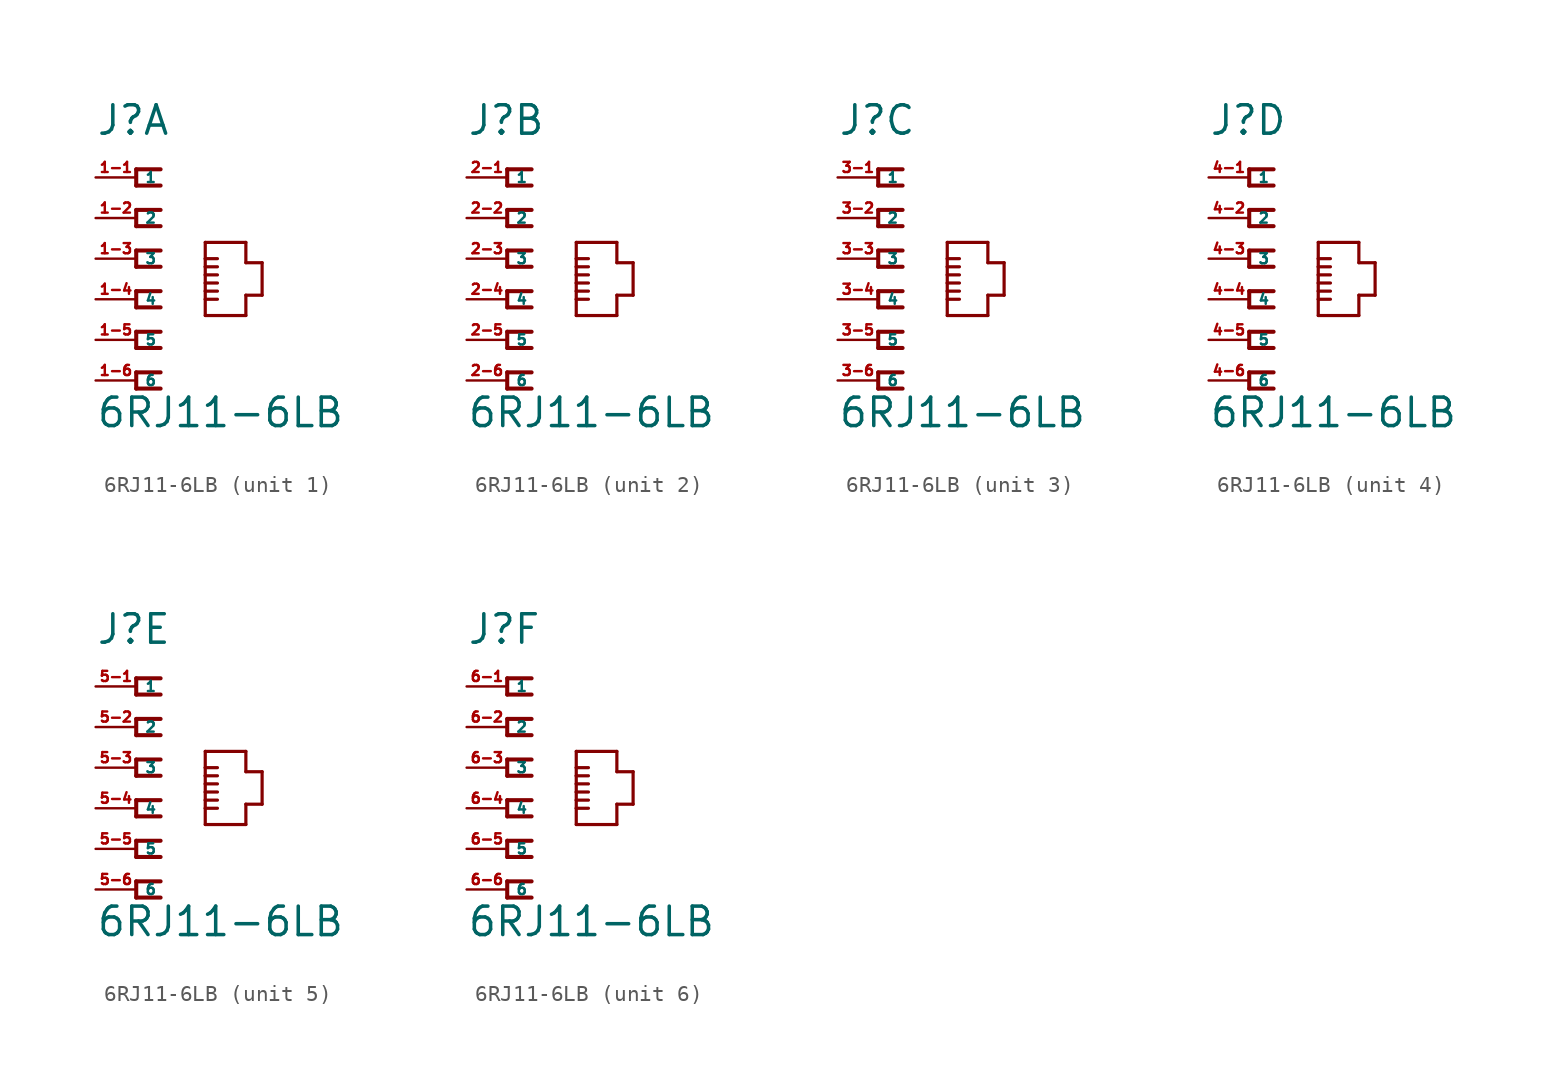
<source format=kicad_sym>
(kicad_symbol_lib
  (version 20220914)
  (generator Eagle2Kicad)
  (symbol "6RJ11-6LB"
    (property "Reference" "J"
      (at -2.54 7.62 0)
      (effects (font (size 1.778 1.778) (thickness 0.22)) (justify left bottom)))
    (property "Value" "6RJ11-6LB"
      (at -2.54 -10.668 0)
      (effects (font (size 1.778 1.778) (thickness 0.22)) (justify left bottom)))
    (symbol "6RJ11-6LB_1_0"
      (polyline (pts (xy 1.524 5.588) (xy 0 5.588)) (stroke (width 0.254) (type default)) (fill (type none)))
      (polyline (pts (xy 0 5.588) (xy 0 4.572)) (stroke (width 0.254) (type default)) (fill (type none)))
      (polyline (pts (xy 0 4.572) (xy 1.524 4.572)) (stroke (width 0.254) (type default)) (fill (type none)))
      (polyline (pts (xy 1.524 3.048) (xy 0 3.048)) (stroke (width 0.254) (type default)) (fill (type none)))
      (polyline (pts (xy 0 3.048) (xy 0 2.032)) (stroke (width 0.254) (type default)) (fill (type none)))
      (polyline (pts (xy 0 2.032) (xy 1.524 2.032)) (stroke (width 0.254) (type default)) (fill (type none)))
      (polyline (pts (xy 1.524 0.508) (xy 0 0.508)) (stroke (width 0.254) (type default)) (fill (type none)))
      (polyline (pts (xy 0 0.508) (xy 0 -0.508)) (stroke (width 0.254) (type default)) (fill (type none)))
      (polyline (pts (xy 0 -0.508) (xy 1.524 -0.508)) (stroke (width 0.254) (type default)) (fill (type none)))
      (polyline (pts (xy 1.524 -2.032) (xy 0 -2.032)) (stroke (width 0.254) (type default)) (fill (type none)))
      (polyline (pts (xy 0 -2.032) (xy 0 -3.048)) (stroke (width 0.254) (type default)) (fill (type none)))
      (polyline (pts (xy 0 -3.048) (xy 1.524 -3.048)) (stroke (width 0.254) (type default)) (fill (type none)))
      (polyline (pts (xy 1.524 -4.572) (xy 0 -4.572)) (stroke (width 0.254) (type default)) (fill (type none)))
      (polyline (pts (xy 0 -4.572) (xy 0 -5.588)) (stroke (width 0.254) (type default)) (fill (type none)))
      (polyline (pts (xy 0 -5.588) (xy 1.524 -5.588)) (stroke (width 0.254) (type default)) (fill (type none)))
      (polyline (pts (xy 1.524 -7.112) (xy 0 -7.112)) (stroke (width 0.254) (type default)) (fill (type none)))
      (polyline (pts (xy 0 -7.112) (xy 0 -8.128)) (stroke (width 0.254) (type default)) (fill (type none)))
      (polyline (pts (xy 0 -8.128) (xy 1.524 -8.128)) (stroke (width 0.254) (type default)) (fill (type none)))
      (polyline (pts (xy 4.318 -3.556) (xy 6.858 -3.556)) (stroke (width 0.2) (type default)) (fill (type none)))
      (polyline (pts (xy 6.858 -3.556) (xy 6.858 -2.286)) (stroke (width 0.2) (type default)) (fill (type none)))
      (polyline (pts (xy 6.858 -2.286) (xy 7.874 -2.286)) (stroke (width 0.2) (type default)) (fill (type none)))
      (polyline (pts (xy 7.874 -2.286) (xy 7.874 -0.254)) (stroke (width 0.2) (type default)) (fill (type none)))
      (polyline (pts (xy 7.874 -0.254) (xy 6.858 -0.254)) (stroke (width 0.2) (type default)) (fill (type none)))
      (polyline (pts (xy 6.858 -0.254) (xy 6.858 1.016)) (stroke (width 0.2) (type default)) (fill (type none)))
      (polyline (pts (xy 6.858 1.016) (xy 4.318 1.016)) (stroke (width 0.2) (type default)) (fill (type none)))
      (polyline (pts (xy 4.318 1.016) (xy 4.318 0)) (stroke (width 0.2) (type default)) (fill (type none)))
      (polyline (pts (xy 4.318 0) (xy 4.318 -0.508)) (stroke (width 0.2) (type default)) (fill (type none)))
      (polyline (pts (xy 4.318 -0.508) (xy 4.318 -1.016)) (stroke (width 0.2) (type default)) (fill (type none)))
      (polyline (pts (xy 4.318 -1.016) (xy 4.318 -1.524)) (stroke (width 0.2) (type default)) (fill (type none)))
      (polyline (pts (xy 4.318 -1.524) (xy 4.318 -2.032)) (stroke (width 0.2) (type default)) (fill (type none)))
      (polyline (pts (xy 4.318 -2.032) (xy 4.318 -2.54)) (stroke (width 0.2) (type default)) (fill (type none)))
      (polyline (pts (xy 4.318 -2.54) (xy 4.318 -3.556)) (stroke (width 0.2) (type default)) (fill (type none)))
      (polyline (pts (xy 4.318 0) (xy 5.08 0)) (stroke (width 0.2) (type default)) (fill (type none)))
      (polyline (pts (xy 4.318 -0.508) (xy 5.08 -0.508)) (stroke (width 0.2) (type default)) (fill (type none)))
      (polyline (pts (xy 4.318 -1.016) (xy 5.08 -1.016)) (stroke (width 0.2) (type default)) (fill (type none)))
      (polyline (pts (xy 4.318 -1.524) (xy 5.08 -1.524)) (stroke (width 0.2) (type default)) (fill (type none)))
      (polyline (pts (xy 4.318 -2.032) (xy 5.08 -2.032)) (stroke (width 0.2) (type default)) (fill (type none)))
      (polyline (pts (xy 4.318 -2.54) (xy 5.08 -2.54)) (stroke (width 0.2) (type default)) (fill (type none)))
      (pin passive line (at -2.54 5.08 0) (length 2.54) (name "1" (effects (font (size 0.635 0.635) (thickness 0.08)) (justify left bottom))) (number "1-1" (effects (font (size 0.635 0.635) (thickness 0.08)) (justify left bottom))))
      (pin passive line (at -2.54 2.54 0) (length 2.54) (name "2" (effects (font (size 0.635 0.635) (thickness 0.08)) (justify left bottom))) (number "1-2" (effects (font (size 0.635 0.635) (thickness 0.08)) (justify left bottom))))
      (pin passive line (at -2.54 0 0) (length 2.54) (name "3" (effects (font (size 0.635 0.635) (thickness 0.08)) (justify left bottom))) (number "1-3" (effects (font (size 0.635 0.635) (thickness 0.08)) (justify left bottom))))
      (pin passive line (at -2.54 -2.54 0) (length 2.54) (name "4" (effects (font (size 0.635 0.635) (thickness 0.08)) (justify left bottom))) (number "1-4" (effects (font (size 0.635 0.635) (thickness 0.08)) (justify left bottom))))
      (pin passive line (at -2.54 -5.08 0) (length 2.54) (name "5" (effects (font (size 0.635 0.635) (thickness 0.08)) (justify left bottom))) (number "1-5" (effects (font (size 0.635 0.635) (thickness 0.08)) (justify left bottom))))
      (pin passive line (at -2.54 -7.62 0) (length 2.54) (name "6" (effects (font (size 0.635 0.635) (thickness 0.08)) (justify left bottom))) (number "1-6" (effects (font (size 0.635 0.635) (thickness 0.08)) (justify left bottom)))))
    (symbol "6RJ11-6LB_2_0"
      (polyline (pts (xy 1.524 5.588) (xy 0 5.588)) (stroke (width 0.254) (type default)) (fill (type none)))
      (polyline (pts (xy 0 5.588) (xy 0 4.572)) (stroke (width 0.254) (type default)) (fill (type none)))
      (polyline (pts (xy 0 4.572) (xy 1.524 4.572)) (stroke (width 0.254) (type default)) (fill (type none)))
      (polyline (pts (xy 1.524 3.048) (xy 0 3.048)) (stroke (width 0.254) (type default)) (fill (type none)))
      (polyline (pts (xy 0 3.048) (xy 0 2.032)) (stroke (width 0.254) (type default)) (fill (type none)))
      (polyline (pts (xy 0 2.032) (xy 1.524 2.032)) (stroke (width 0.254) (type default)) (fill (type none)))
      (polyline (pts (xy 1.524 0.508) (xy 0 0.508)) (stroke (width 0.254) (type default)) (fill (type none)))
      (polyline (pts (xy 0 0.508) (xy 0 -0.508)) (stroke (width 0.254) (type default)) (fill (type none)))
      (polyline (pts (xy 0 -0.508) (xy 1.524 -0.508)) (stroke (width 0.254) (type default)) (fill (type none)))
      (polyline (pts (xy 1.524 -2.032) (xy 0 -2.032)) (stroke (width 0.254) (type default)) (fill (type none)))
      (polyline (pts (xy 0 -2.032) (xy 0 -3.048)) (stroke (width 0.254) (type default)) (fill (type none)))
      (polyline (pts (xy 0 -3.048) (xy 1.524 -3.048)) (stroke (width 0.254) (type default)) (fill (type none)))
      (polyline (pts (xy 1.524 -4.572) (xy 0 -4.572)) (stroke (width 0.254) (type default)) (fill (type none)))
      (polyline (pts (xy 0 -4.572) (xy 0 -5.588)) (stroke (width 0.254) (type default)) (fill (type none)))
      (polyline (pts (xy 0 -5.588) (xy 1.524 -5.588)) (stroke (width 0.254) (type default)) (fill (type none)))
      (polyline (pts (xy 1.524 -7.112) (xy 0 -7.112)) (stroke (width 0.254) (type default)) (fill (type none)))
      (polyline (pts (xy 0 -7.112) (xy 0 -8.128)) (stroke (width 0.254) (type default)) (fill (type none)))
      (polyline (pts (xy 0 -8.128) (xy 1.524 -8.128)) (stroke (width 0.254) (type default)) (fill (type none)))
      (polyline (pts (xy 4.318 -3.556) (xy 6.858 -3.556)) (stroke (width 0.2) (type default)) (fill (type none)))
      (polyline (pts (xy 6.858 -3.556) (xy 6.858 -2.286)) (stroke (width 0.2) (type default)) (fill (type none)))
      (polyline (pts (xy 6.858 -2.286) (xy 7.874 -2.286)) (stroke (width 0.2) (type default)) (fill (type none)))
      (polyline (pts (xy 7.874 -2.286) (xy 7.874 -0.254)) (stroke (width 0.2) (type default)) (fill (type none)))
      (polyline (pts (xy 7.874 -0.254) (xy 6.858 -0.254)) (stroke (width 0.2) (type default)) (fill (type none)))
      (polyline (pts (xy 6.858 -0.254) (xy 6.858 1.016)) (stroke (width 0.2) (type default)) (fill (type none)))
      (polyline (pts (xy 6.858 1.016) (xy 4.318 1.016)) (stroke (width 0.2) (type default)) (fill (type none)))
      (polyline (pts (xy 4.318 1.016) (xy 4.318 0)) (stroke (width 0.2) (type default)) (fill (type none)))
      (polyline (pts (xy 4.318 0) (xy 4.318 -0.508)) (stroke (width 0.2) (type default)) (fill (type none)))
      (polyline (pts (xy 4.318 -0.508) (xy 4.318 -1.016)) (stroke (width 0.2) (type default)) (fill (type none)))
      (polyline (pts (xy 4.318 -1.016) (xy 4.318 -1.524)) (stroke (width 0.2) (type default)) (fill (type none)))
      (polyline (pts (xy 4.318 -1.524) (xy 4.318 -2.032)) (stroke (width 0.2) (type default)) (fill (type none)))
      (polyline (pts (xy 4.318 -2.032) (xy 4.318 -2.54)) (stroke (width 0.2) (type default)) (fill (type none)))
      (polyline (pts (xy 4.318 -2.54) (xy 4.318 -3.556)) (stroke (width 0.2) (type default)) (fill (type none)))
      (polyline (pts (xy 4.318 0) (xy 5.08 0)) (stroke (width 0.2) (type default)) (fill (type none)))
      (polyline (pts (xy 4.318 -0.508) (xy 5.08 -0.508)) (stroke (width 0.2) (type default)) (fill (type none)))
      (polyline (pts (xy 4.318 -1.016) (xy 5.08 -1.016)) (stroke (width 0.2) (type default)) (fill (type none)))
      (polyline (pts (xy 4.318 -1.524) (xy 5.08 -1.524)) (stroke (width 0.2) (type default)) (fill (type none)))
      (polyline (pts (xy 4.318 -2.032) (xy 5.08 -2.032)) (stroke (width 0.2) (type default)) (fill (type none)))
      (polyline (pts (xy 4.318 -2.54) (xy 5.08 -2.54)) (stroke (width 0.2) (type default)) (fill (type none)))
      (pin passive line (at -2.54 5.08 0) (length 2.54) (name "1" (effects (font (size 0.635 0.635) (thickness 0.08)) (justify left bottom))) (number "2-1" (effects (font (size 0.635 0.635) (thickness 0.08)) (justify left bottom))))
      (pin passive line (at -2.54 2.54 0) (length 2.54) (name "2" (effects (font (size 0.635 0.635) (thickness 0.08)) (justify left bottom))) (number "2-2" (effects (font (size 0.635 0.635) (thickness 0.08)) (justify left bottom))))
      (pin passive line (at -2.54 0 0) (length 2.54) (name "3" (effects (font (size 0.635 0.635) (thickness 0.08)) (justify left bottom))) (number "2-3" (effects (font (size 0.635 0.635) (thickness 0.08)) (justify left bottom))))
      (pin passive line (at -2.54 -2.54 0) (length 2.54) (name "4" (effects (font (size 0.635 0.635) (thickness 0.08)) (justify left bottom))) (number "2-4" (effects (font (size 0.635 0.635) (thickness 0.08)) (justify left bottom))))
      (pin passive line (at -2.54 -5.08 0) (length 2.54) (name "5" (effects (font (size 0.635 0.635) (thickness 0.08)) (justify left bottom))) (number "2-5" (effects (font (size 0.635 0.635) (thickness 0.08)) (justify left bottom))))
      (pin passive line (at -2.54 -7.62 0) (length 2.54) (name "6" (effects (font (size 0.635 0.635) (thickness 0.08)) (justify left bottom))) (number "2-6" (effects (font (size 0.635 0.635) (thickness 0.08)) (justify left bottom)))))
    (symbol "6RJ11-6LB_3_0"
      (polyline (pts (xy 1.524 5.588) (xy 0 5.588)) (stroke (width 0.254) (type default)) (fill (type none)))
      (polyline (pts (xy 0 5.588) (xy 0 4.572)) (stroke (width 0.254) (type default)) (fill (type none)))
      (polyline (pts (xy 0 4.572) (xy 1.524 4.572)) (stroke (width 0.254) (type default)) (fill (type none)))
      (polyline (pts (xy 1.524 3.048) (xy 0 3.048)) (stroke (width 0.254) (type default)) (fill (type none)))
      (polyline (pts (xy 0 3.048) (xy 0 2.032)) (stroke (width 0.254) (type default)) (fill (type none)))
      (polyline (pts (xy 0 2.032) (xy 1.524 2.032)) (stroke (width 0.254) (type default)) (fill (type none)))
      (polyline (pts (xy 1.524 0.508) (xy 0 0.508)) (stroke (width 0.254) (type default)) (fill (type none)))
      (polyline (pts (xy 0 0.508) (xy 0 -0.508)) (stroke (width 0.254) (type default)) (fill (type none)))
      (polyline (pts (xy 0 -0.508) (xy 1.524 -0.508)) (stroke (width 0.254) (type default)) (fill (type none)))
      (polyline (pts (xy 1.524 -2.032) (xy 0 -2.032)) (stroke (width 0.254) (type default)) (fill (type none)))
      (polyline (pts (xy 0 -2.032) (xy 0 -3.048)) (stroke (width 0.254) (type default)) (fill (type none)))
      (polyline (pts (xy 0 -3.048) (xy 1.524 -3.048)) (stroke (width 0.254) (type default)) (fill (type none)))
      (polyline (pts (xy 1.524 -4.572) (xy 0 -4.572)) (stroke (width 0.254) (type default)) (fill (type none)))
      (polyline (pts (xy 0 -4.572) (xy 0 -5.588)) (stroke (width 0.254) (type default)) (fill (type none)))
      (polyline (pts (xy 0 -5.588) (xy 1.524 -5.588)) (stroke (width 0.254) (type default)) (fill (type none)))
      (polyline (pts (xy 1.524 -7.112) (xy 0 -7.112)) (stroke (width 0.254) (type default)) (fill (type none)))
      (polyline (pts (xy 0 -7.112) (xy 0 -8.128)) (stroke (width 0.254) (type default)) (fill (type none)))
      (polyline (pts (xy 0 -8.128) (xy 1.524 -8.128)) (stroke (width 0.254) (type default)) (fill (type none)))
      (polyline (pts (xy 4.318 -3.556) (xy 6.858 -3.556)) (stroke (width 0.2) (type default)) (fill (type none)))
      (polyline (pts (xy 6.858 -3.556) (xy 6.858 -2.286)) (stroke (width 0.2) (type default)) (fill (type none)))
      (polyline (pts (xy 6.858 -2.286) (xy 7.874 -2.286)) (stroke (width 0.2) (type default)) (fill (type none)))
      (polyline (pts (xy 7.874 -2.286) (xy 7.874 -0.254)) (stroke (width 0.2) (type default)) (fill (type none)))
      (polyline (pts (xy 7.874 -0.254) (xy 6.858 -0.254)) (stroke (width 0.2) (type default)) (fill (type none)))
      (polyline (pts (xy 6.858 -0.254) (xy 6.858 1.016)) (stroke (width 0.2) (type default)) (fill (type none)))
      (polyline (pts (xy 6.858 1.016) (xy 4.318 1.016)) (stroke (width 0.2) (type default)) (fill (type none)))
      (polyline (pts (xy 4.318 1.016) (xy 4.318 0)) (stroke (width 0.2) (type default)) (fill (type none)))
      (polyline (pts (xy 4.318 0) (xy 4.318 -0.508)) (stroke (width 0.2) (type default)) (fill (type none)))
      (polyline (pts (xy 4.318 -0.508) (xy 4.318 -1.016)) (stroke (width 0.2) (type default)) (fill (type none)))
      (polyline (pts (xy 4.318 -1.016) (xy 4.318 -1.524)) (stroke (width 0.2) (type default)) (fill (type none)))
      (polyline (pts (xy 4.318 -1.524) (xy 4.318 -2.032)) (stroke (width 0.2) (type default)) (fill (type none)))
      (polyline (pts (xy 4.318 -2.032) (xy 4.318 -2.54)) (stroke (width 0.2) (type default)) (fill (type none)))
      (polyline (pts (xy 4.318 -2.54) (xy 4.318 -3.556)) (stroke (width 0.2) (type default)) (fill (type none)))
      (polyline (pts (xy 4.318 0) (xy 5.08 0)) (stroke (width 0.2) (type default)) (fill (type none)))
      (polyline (pts (xy 4.318 -0.508) (xy 5.08 -0.508)) (stroke (width 0.2) (type default)) (fill (type none)))
      (polyline (pts (xy 4.318 -1.016) (xy 5.08 -1.016)) (stroke (width 0.2) (type default)) (fill (type none)))
      (polyline (pts (xy 4.318 -1.524) (xy 5.08 -1.524)) (stroke (width 0.2) (type default)) (fill (type none)))
      (polyline (pts (xy 4.318 -2.032) (xy 5.08 -2.032)) (stroke (width 0.2) (type default)) (fill (type none)))
      (polyline (pts (xy 4.318 -2.54) (xy 5.08 -2.54)) (stroke (width 0.2) (type default)) (fill (type none)))
      (pin passive line (at -2.54 5.08 0) (length 2.54) (name "1" (effects (font (size 0.635 0.635) (thickness 0.08)) (justify left bottom))) (number "3-1" (effects (font (size 0.635 0.635) (thickness 0.08)) (justify left bottom))))
      (pin passive line (at -2.54 2.54 0) (length 2.54) (name "2" (effects (font (size 0.635 0.635) (thickness 0.08)) (justify left bottom))) (number "3-2" (effects (font (size 0.635 0.635) (thickness 0.08)) (justify left bottom))))
      (pin passive line (at -2.54 0 0) (length 2.54) (name "3" (effects (font (size 0.635 0.635) (thickness 0.08)) (justify left bottom))) (number "3-3" (effects (font (size 0.635 0.635) (thickness 0.08)) (justify left bottom))))
      (pin passive line (at -2.54 -2.54 0) (length 2.54) (name "4" (effects (font (size 0.635 0.635) (thickness 0.08)) (justify left bottom))) (number "3-4" (effects (font (size 0.635 0.635) (thickness 0.08)) (justify left bottom))))
      (pin passive line (at -2.54 -5.08 0) (length 2.54) (name "5" (effects (font (size 0.635 0.635) (thickness 0.08)) (justify left bottom))) (number "3-5" (effects (font (size 0.635 0.635) (thickness 0.08)) (justify left bottom))))
      (pin passive line (at -2.54 -7.62 0) (length 2.54) (name "6" (effects (font (size 0.635 0.635) (thickness 0.08)) (justify left bottom))) (number "3-6" (effects (font (size 0.635 0.635) (thickness 0.08)) (justify left bottom)))))
    (symbol "6RJ11-6LB_4_0"
      (polyline (pts (xy 1.524 5.588) (xy 0 5.588)) (stroke (width 0.254) (type default)) (fill (type none)))
      (polyline (pts (xy 0 5.588) (xy 0 4.572)) (stroke (width 0.254) (type default)) (fill (type none)))
      (polyline (pts (xy 0 4.572) (xy 1.524 4.572)) (stroke (width 0.254) (type default)) (fill (type none)))
      (polyline (pts (xy 1.524 3.048) (xy 0 3.048)) (stroke (width 0.254) (type default)) (fill (type none)))
      (polyline (pts (xy 0 3.048) (xy 0 2.032)) (stroke (width 0.254) (type default)) (fill (type none)))
      (polyline (pts (xy 0 2.032) (xy 1.524 2.032)) (stroke (width 0.254) (type default)) (fill (type none)))
      (polyline (pts (xy 1.524 0.508) (xy 0 0.508)) (stroke (width 0.254) (type default)) (fill (type none)))
      (polyline (pts (xy 0 0.508) (xy 0 -0.508)) (stroke (width 0.254) (type default)) (fill (type none)))
      (polyline (pts (xy 0 -0.508) (xy 1.524 -0.508)) (stroke (width 0.254) (type default)) (fill (type none)))
      (polyline (pts (xy 1.524 -2.032) (xy 0 -2.032)) (stroke (width 0.254) (type default)) (fill (type none)))
      (polyline (pts (xy 0 -2.032) (xy 0 -3.048)) (stroke (width 0.254) (type default)) (fill (type none)))
      (polyline (pts (xy 0 -3.048) (xy 1.524 -3.048)) (stroke (width 0.254) (type default)) (fill (type none)))
      (polyline (pts (xy 1.524 -4.572) (xy 0 -4.572)) (stroke (width 0.254) (type default)) (fill (type none)))
      (polyline (pts (xy 0 -4.572) (xy 0 -5.588)) (stroke (width 0.254) (type default)) (fill (type none)))
      (polyline (pts (xy 0 -5.588) (xy 1.524 -5.588)) (stroke (width 0.254) (type default)) (fill (type none)))
      (polyline (pts (xy 1.524 -7.112) (xy 0 -7.112)) (stroke (width 0.254) (type default)) (fill (type none)))
      (polyline (pts (xy 0 -7.112) (xy 0 -8.128)) (stroke (width 0.254) (type default)) (fill (type none)))
      (polyline (pts (xy 0 -8.128) (xy 1.524 -8.128)) (stroke (width 0.254) (type default)) (fill (type none)))
      (polyline (pts (xy 4.318 -3.556) (xy 6.858 -3.556)) (stroke (width 0.2) (type default)) (fill (type none)))
      (polyline (pts (xy 6.858 -3.556) (xy 6.858 -2.286)) (stroke (width 0.2) (type default)) (fill (type none)))
      (polyline (pts (xy 6.858 -2.286) (xy 7.874 -2.286)) (stroke (width 0.2) (type default)) (fill (type none)))
      (polyline (pts (xy 7.874 -2.286) (xy 7.874 -0.254)) (stroke (width 0.2) (type default)) (fill (type none)))
      (polyline (pts (xy 7.874 -0.254) (xy 6.858 -0.254)) (stroke (width 0.2) (type default)) (fill (type none)))
      (polyline (pts (xy 6.858 -0.254) (xy 6.858 1.016)) (stroke (width 0.2) (type default)) (fill (type none)))
      (polyline (pts (xy 6.858 1.016) (xy 4.318 1.016)) (stroke (width 0.2) (type default)) (fill (type none)))
      (polyline (pts (xy 4.318 1.016) (xy 4.318 0)) (stroke (width 0.2) (type default)) (fill (type none)))
      (polyline (pts (xy 4.318 0) (xy 4.318 -0.508)) (stroke (width 0.2) (type default)) (fill (type none)))
      (polyline (pts (xy 4.318 -0.508) (xy 4.318 -1.016)) (stroke (width 0.2) (type default)) (fill (type none)))
      (polyline (pts (xy 4.318 -1.016) (xy 4.318 -1.524)) (stroke (width 0.2) (type default)) (fill (type none)))
      (polyline (pts (xy 4.318 -1.524) (xy 4.318 -2.032)) (stroke (width 0.2) (type default)) (fill (type none)))
      (polyline (pts (xy 4.318 -2.032) (xy 4.318 -2.54)) (stroke (width 0.2) (type default)) (fill (type none)))
      (polyline (pts (xy 4.318 -2.54) (xy 4.318 -3.556)) (stroke (width 0.2) (type default)) (fill (type none)))
      (polyline (pts (xy 4.318 0) (xy 5.08 0)) (stroke (width 0.2) (type default)) (fill (type none)))
      (polyline (pts (xy 4.318 -0.508) (xy 5.08 -0.508)) (stroke (width 0.2) (type default)) (fill (type none)))
      (polyline (pts (xy 4.318 -1.016) (xy 5.08 -1.016)) (stroke (width 0.2) (type default)) (fill (type none)))
      (polyline (pts (xy 4.318 -1.524) (xy 5.08 -1.524)) (stroke (width 0.2) (type default)) (fill (type none)))
      (polyline (pts (xy 4.318 -2.032) (xy 5.08 -2.032)) (stroke (width 0.2) (type default)) (fill (type none)))
      (polyline (pts (xy 4.318 -2.54) (xy 5.08 -2.54)) (stroke (width 0.2) (type default)) (fill (type none)))
      (pin passive line (at -2.54 5.08 0) (length 2.54) (name "1" (effects (font (size 0.635 0.635) (thickness 0.08)) (justify left bottom))) (number "4-1" (effects (font (size 0.635 0.635) (thickness 0.08)) (justify left bottom))))
      (pin passive line (at -2.54 2.54 0) (length 2.54) (name "2" (effects (font (size 0.635 0.635) (thickness 0.08)) (justify left bottom))) (number "4-2" (effects (font (size 0.635 0.635) (thickness 0.08)) (justify left bottom))))
      (pin passive line (at -2.54 0 0) (length 2.54) (name "3" (effects (font (size 0.635 0.635) (thickness 0.08)) (justify left bottom))) (number "4-3" (effects (font (size 0.635 0.635) (thickness 0.08)) (justify left bottom))))
      (pin passive line (at -2.54 -2.54 0) (length 2.54) (name "4" (effects (font (size 0.635 0.635) (thickness 0.08)) (justify left bottom))) (number "4-4" (effects (font (size 0.635 0.635) (thickness 0.08)) (justify left bottom))))
      (pin passive line (at -2.54 -5.08 0) (length 2.54) (name "5" (effects (font (size 0.635 0.635) (thickness 0.08)) (justify left bottom))) (number "4-5" (effects (font (size 0.635 0.635) (thickness 0.08)) (justify left bottom))))
      (pin passive line (at -2.54 -7.62 0) (length 2.54) (name "6" (effects (font (size 0.635 0.635) (thickness 0.08)) (justify left bottom))) (number "4-6" (effects (font (size 0.635 0.635) (thickness 0.08)) (justify left bottom)))))
    (symbol "6RJ11-6LB_5_0"
      (polyline (pts (xy 1.524 5.588) (xy 0 5.588)) (stroke (width 0.254) (type default)) (fill (type none)))
      (polyline (pts (xy 0 5.588) (xy 0 4.572)) (stroke (width 0.254) (type default)) (fill (type none)))
      (polyline (pts (xy 0 4.572) (xy 1.524 4.572)) (stroke (width 0.254) (type default)) (fill (type none)))
      (polyline (pts (xy 1.524 3.048) (xy 0 3.048)) (stroke (width 0.254) (type default)) (fill (type none)))
      (polyline (pts (xy 0 3.048) (xy 0 2.032)) (stroke (width 0.254) (type default)) (fill (type none)))
      (polyline (pts (xy 0 2.032) (xy 1.524 2.032)) (stroke (width 0.254) (type default)) (fill (type none)))
      (polyline (pts (xy 1.524 0.508) (xy 0 0.508)) (stroke (width 0.254) (type default)) (fill (type none)))
      (polyline (pts (xy 0 0.508) (xy 0 -0.508)) (stroke (width 0.254) (type default)) (fill (type none)))
      (polyline (pts (xy 0 -0.508) (xy 1.524 -0.508)) (stroke (width 0.254) (type default)) (fill (type none)))
      (polyline (pts (xy 1.524 -2.032) (xy 0 -2.032)) (stroke (width 0.254) (type default)) (fill (type none)))
      (polyline (pts (xy 0 -2.032) (xy 0 -3.048)) (stroke (width 0.254) (type default)) (fill (type none)))
      (polyline (pts (xy 0 -3.048) (xy 1.524 -3.048)) (stroke (width 0.254) (type default)) (fill (type none)))
      (polyline (pts (xy 1.524 -4.572) (xy 0 -4.572)) (stroke (width 0.254) (type default)) (fill (type none)))
      (polyline (pts (xy 0 -4.572) (xy 0 -5.588)) (stroke (width 0.254) (type default)) (fill (type none)))
      (polyline (pts (xy 0 -5.588) (xy 1.524 -5.588)) (stroke (width 0.254) (type default)) (fill (type none)))
      (polyline (pts (xy 1.524 -7.112) (xy 0 -7.112)) (stroke (width 0.254) (type default)) (fill (type none)))
      (polyline (pts (xy 0 -7.112) (xy 0 -8.128)) (stroke (width 0.254) (type default)) (fill (type none)))
      (polyline (pts (xy 0 -8.128) (xy 1.524 -8.128)) (stroke (width 0.254) (type default)) (fill (type none)))
      (polyline (pts (xy 4.318 -3.556) (xy 6.858 -3.556)) (stroke (width 0.2) (type default)) (fill (type none)))
      (polyline (pts (xy 6.858 -3.556) (xy 6.858 -2.286)) (stroke (width 0.2) (type default)) (fill (type none)))
      (polyline (pts (xy 6.858 -2.286) (xy 7.874 -2.286)) (stroke (width 0.2) (type default)) (fill (type none)))
      (polyline (pts (xy 7.874 -2.286) (xy 7.874 -0.254)) (stroke (width 0.2) (type default)) (fill (type none)))
      (polyline (pts (xy 7.874 -0.254) (xy 6.858 -0.254)) (stroke (width 0.2) (type default)) (fill (type none)))
      (polyline (pts (xy 6.858 -0.254) (xy 6.858 1.016)) (stroke (width 0.2) (type default)) (fill (type none)))
      (polyline (pts (xy 6.858 1.016) (xy 4.318 1.016)) (stroke (width 0.2) (type default)) (fill (type none)))
      (polyline (pts (xy 4.318 1.016) (xy 4.318 0)) (stroke (width 0.2) (type default)) (fill (type none)))
      (polyline (pts (xy 4.318 0) (xy 4.318 -0.508)) (stroke (width 0.2) (type default)) (fill (type none)))
      (polyline (pts (xy 4.318 -0.508) (xy 4.318 -1.016)) (stroke (width 0.2) (type default)) (fill (type none)))
      (polyline (pts (xy 4.318 -1.016) (xy 4.318 -1.524)) (stroke (width 0.2) (type default)) (fill (type none)))
      (polyline (pts (xy 4.318 -1.524) (xy 4.318 -2.032)) (stroke (width 0.2) (type default)) (fill (type none)))
      (polyline (pts (xy 4.318 -2.032) (xy 4.318 -2.54)) (stroke (width 0.2) (type default)) (fill (type none)))
      (polyline (pts (xy 4.318 -2.54) (xy 4.318 -3.556)) (stroke (width 0.2) (type default)) (fill (type none)))
      (polyline (pts (xy 4.318 0) (xy 5.08 0)) (stroke (width 0.2) (type default)) (fill (type none)))
      (polyline (pts (xy 4.318 -0.508) (xy 5.08 -0.508)) (stroke (width 0.2) (type default)) (fill (type none)))
      (polyline (pts (xy 4.318 -1.016) (xy 5.08 -1.016)) (stroke (width 0.2) (type default)) (fill (type none)))
      (polyline (pts (xy 4.318 -1.524) (xy 5.08 -1.524)) (stroke (width 0.2) (type default)) (fill (type none)))
      (polyline (pts (xy 4.318 -2.032) (xy 5.08 -2.032)) (stroke (width 0.2) (type default)) (fill (type none)))
      (polyline (pts (xy 4.318 -2.54) (xy 5.08 -2.54)) (stroke (width 0.2) (type default)) (fill (type none)))
      (pin passive line (at -2.54 5.08 0) (length 2.54) (name "1" (effects (font (size 0.635 0.635) (thickness 0.08)) (justify left bottom))) (number "5-1" (effects (font (size 0.635 0.635) (thickness 0.08)) (justify left bottom))))
      (pin passive line (at -2.54 2.54 0) (length 2.54) (name "2" (effects (font (size 0.635 0.635) (thickness 0.08)) (justify left bottom))) (number "5-2" (effects (font (size 0.635 0.635) (thickness 0.08)) (justify left bottom))))
      (pin passive line (at -2.54 0 0) (length 2.54) (name "3" (effects (font (size 0.635 0.635) (thickness 0.08)) (justify left bottom))) (number "5-3" (effects (font (size 0.635 0.635) (thickness 0.08)) (justify left bottom))))
      (pin passive line (at -2.54 -2.54 0) (length 2.54) (name "4" (effects (font (size 0.635 0.635) (thickness 0.08)) (justify left bottom))) (number "5-4" (effects (font (size 0.635 0.635) (thickness 0.08)) (justify left bottom))))
      (pin passive line (at -2.54 -5.08 0) (length 2.54) (name "5" (effects (font (size 0.635 0.635) (thickness 0.08)) (justify left bottom))) (number "5-5" (effects (font (size 0.635 0.635) (thickness 0.08)) (justify left bottom))))
      (pin passive line (at -2.54 -7.62 0) (length 2.54) (name "6" (effects (font (size 0.635 0.635) (thickness 0.08)) (justify left bottom))) (number "5-6" (effects (font (size 0.635 0.635) (thickness 0.08)) (justify left bottom)))))
    (symbol "6RJ11-6LB_6_0"
      (polyline (pts (xy 1.524 5.588) (xy 0 5.588)) (stroke (width 0.254) (type default)) (fill (type none)))
      (polyline (pts (xy 0 5.588) (xy 0 4.572)) (stroke (width 0.254) (type default)) (fill (type none)))
      (polyline (pts (xy 0 4.572) (xy 1.524 4.572)) (stroke (width 0.254) (type default)) (fill (type none)))
      (polyline (pts (xy 1.524 3.048) (xy 0 3.048)) (stroke (width 0.254) (type default)) (fill (type none)))
      (polyline (pts (xy 0 3.048) (xy 0 2.032)) (stroke (width 0.254) (type default)) (fill (type none)))
      (polyline (pts (xy 0 2.032) (xy 1.524 2.032)) (stroke (width 0.254) (type default)) (fill (type none)))
      (polyline (pts (xy 1.524 0.508) (xy 0 0.508)) (stroke (width 0.254) (type default)) (fill (type none)))
      (polyline (pts (xy 0 0.508) (xy 0 -0.508)) (stroke (width 0.254) (type default)) (fill (type none)))
      (polyline (pts (xy 0 -0.508) (xy 1.524 -0.508)) (stroke (width 0.254) (type default)) (fill (type none)))
      (polyline (pts (xy 1.524 -2.032) (xy 0 -2.032)) (stroke (width 0.254) (type default)) (fill (type none)))
      (polyline (pts (xy 0 -2.032) (xy 0 -3.048)) (stroke (width 0.254) (type default)) (fill (type none)))
      (polyline (pts (xy 0 -3.048) (xy 1.524 -3.048)) (stroke (width 0.254) (type default)) (fill (type none)))
      (polyline (pts (xy 1.524 -4.572) (xy 0 -4.572)) (stroke (width 0.254) (type default)) (fill (type none)))
      (polyline (pts (xy 0 -4.572) (xy 0 -5.588)) (stroke (width 0.254) (type default)) (fill (type none)))
      (polyline (pts (xy 0 -5.588) (xy 1.524 -5.588)) (stroke (width 0.254) (type default)) (fill (type none)))
      (polyline (pts (xy 1.524 -7.112) (xy 0 -7.112)) (stroke (width 0.254) (type default)) (fill (type none)))
      (polyline (pts (xy 0 -7.112) (xy 0 -8.128)) (stroke (width 0.254) (type default)) (fill (type none)))
      (polyline (pts (xy 0 -8.128) (xy 1.524 -8.128)) (stroke (width 0.254) (type default)) (fill (type none)))
      (polyline (pts (xy 4.318 -3.556) (xy 6.858 -3.556)) (stroke (width 0.2) (type default)) (fill (type none)))
      (polyline (pts (xy 6.858 -3.556) (xy 6.858 -2.286)) (stroke (width 0.2) (type default)) (fill (type none)))
      (polyline (pts (xy 6.858 -2.286) (xy 7.874 -2.286)) (stroke (width 0.2) (type default)) (fill (type none)))
      (polyline (pts (xy 7.874 -2.286) (xy 7.874 -0.254)) (stroke (width 0.2) (type default)) (fill (type none)))
      (polyline (pts (xy 7.874 -0.254) (xy 6.858 -0.254)) (stroke (width 0.2) (type default)) (fill (type none)))
      (polyline (pts (xy 6.858 -0.254) (xy 6.858 1.016)) (stroke (width 0.2) (type default)) (fill (type none)))
      (polyline (pts (xy 6.858 1.016) (xy 4.318 1.016)) (stroke (width 0.2) (type default)) (fill (type none)))
      (polyline (pts (xy 4.318 1.016) (xy 4.318 0)) (stroke (width 0.2) (type default)) (fill (type none)))
      (polyline (pts (xy 4.318 0) (xy 4.318 -0.508)) (stroke (width 0.2) (type default)) (fill (type none)))
      (polyline (pts (xy 4.318 -0.508) (xy 4.318 -1.016)) (stroke (width 0.2) (type default)) (fill (type none)))
      (polyline (pts (xy 4.318 -1.016) (xy 4.318 -1.524)) (stroke (width 0.2) (type default)) (fill (type none)))
      (polyline (pts (xy 4.318 -1.524) (xy 4.318 -2.032)) (stroke (width 0.2) (type default)) (fill (type none)))
      (polyline (pts (xy 4.318 -2.032) (xy 4.318 -2.54)) (stroke (width 0.2) (type default)) (fill (type none)))
      (polyline (pts (xy 4.318 -2.54) (xy 4.318 -3.556)) (stroke (width 0.2) (type default)) (fill (type none)))
      (polyline (pts (xy 4.318 0) (xy 5.08 0)) (stroke (width 0.2) (type default)) (fill (type none)))
      (polyline (pts (xy 4.318 -0.508) (xy 5.08 -0.508)) (stroke (width 0.2) (type default)) (fill (type none)))
      (polyline (pts (xy 4.318 -1.016) (xy 5.08 -1.016)) (stroke (width 0.2) (type default)) (fill (type none)))
      (polyline (pts (xy 4.318 -1.524) (xy 5.08 -1.524)) (stroke (width 0.2) (type default)) (fill (type none)))
      (polyline (pts (xy 4.318 -2.032) (xy 5.08 -2.032)) (stroke (width 0.2) (type default)) (fill (type none)))
      (polyline (pts (xy 4.318 -2.54) (xy 5.08 -2.54)) (stroke (width 0.2) (type default)) (fill (type none)))
      (pin passive line (at -2.54 5.08 0) (length 2.54) (name "1" (effects (font (size 0.635 0.635) (thickness 0.08)) (justify left bottom))) (number "6-1" (effects (font (size 0.635 0.635) (thickness 0.08)) (justify left bottom))))
      (pin passive line (at -2.54 2.54 0) (length 2.54) (name "2" (effects (font (size 0.635 0.635) (thickness 0.08)) (justify left bottom))) (number "6-2" (effects (font (size 0.635 0.635) (thickness 0.08)) (justify left bottom))))
      (pin passive line (at -2.54 0 0) (length 2.54) (name "3" (effects (font (size 0.635 0.635) (thickness 0.08)) (justify left bottom))) (number "6-3" (effects (font (size 0.635 0.635) (thickness 0.08)) (justify left bottom))))
      (pin passive line (at -2.54 -2.54 0) (length 2.54) (name "4" (effects (font (size 0.635 0.635) (thickness 0.08)) (justify left bottom))) (number "6-4" (effects (font (size 0.635 0.635) (thickness 0.08)) (justify left bottom))))
      (pin passive line (at -2.54 -5.08 0) (length 2.54) (name "5" (effects (font (size 0.635 0.635) (thickness 0.08)) (justify left bottom))) (number "6-5" (effects (font (size 0.635 0.635) (thickness 0.08)) (justify left bottom))))
      (pin passive line (at -2.54 -7.62 0) (length 2.54) (name "6" (effects (font (size 0.635 0.635) (thickness 0.08)) (justify left bottom))) (number "6-6" (effects (font (size 0.635 0.635) (thickness 0.08)) (justify left bottom)))))))
</source>
